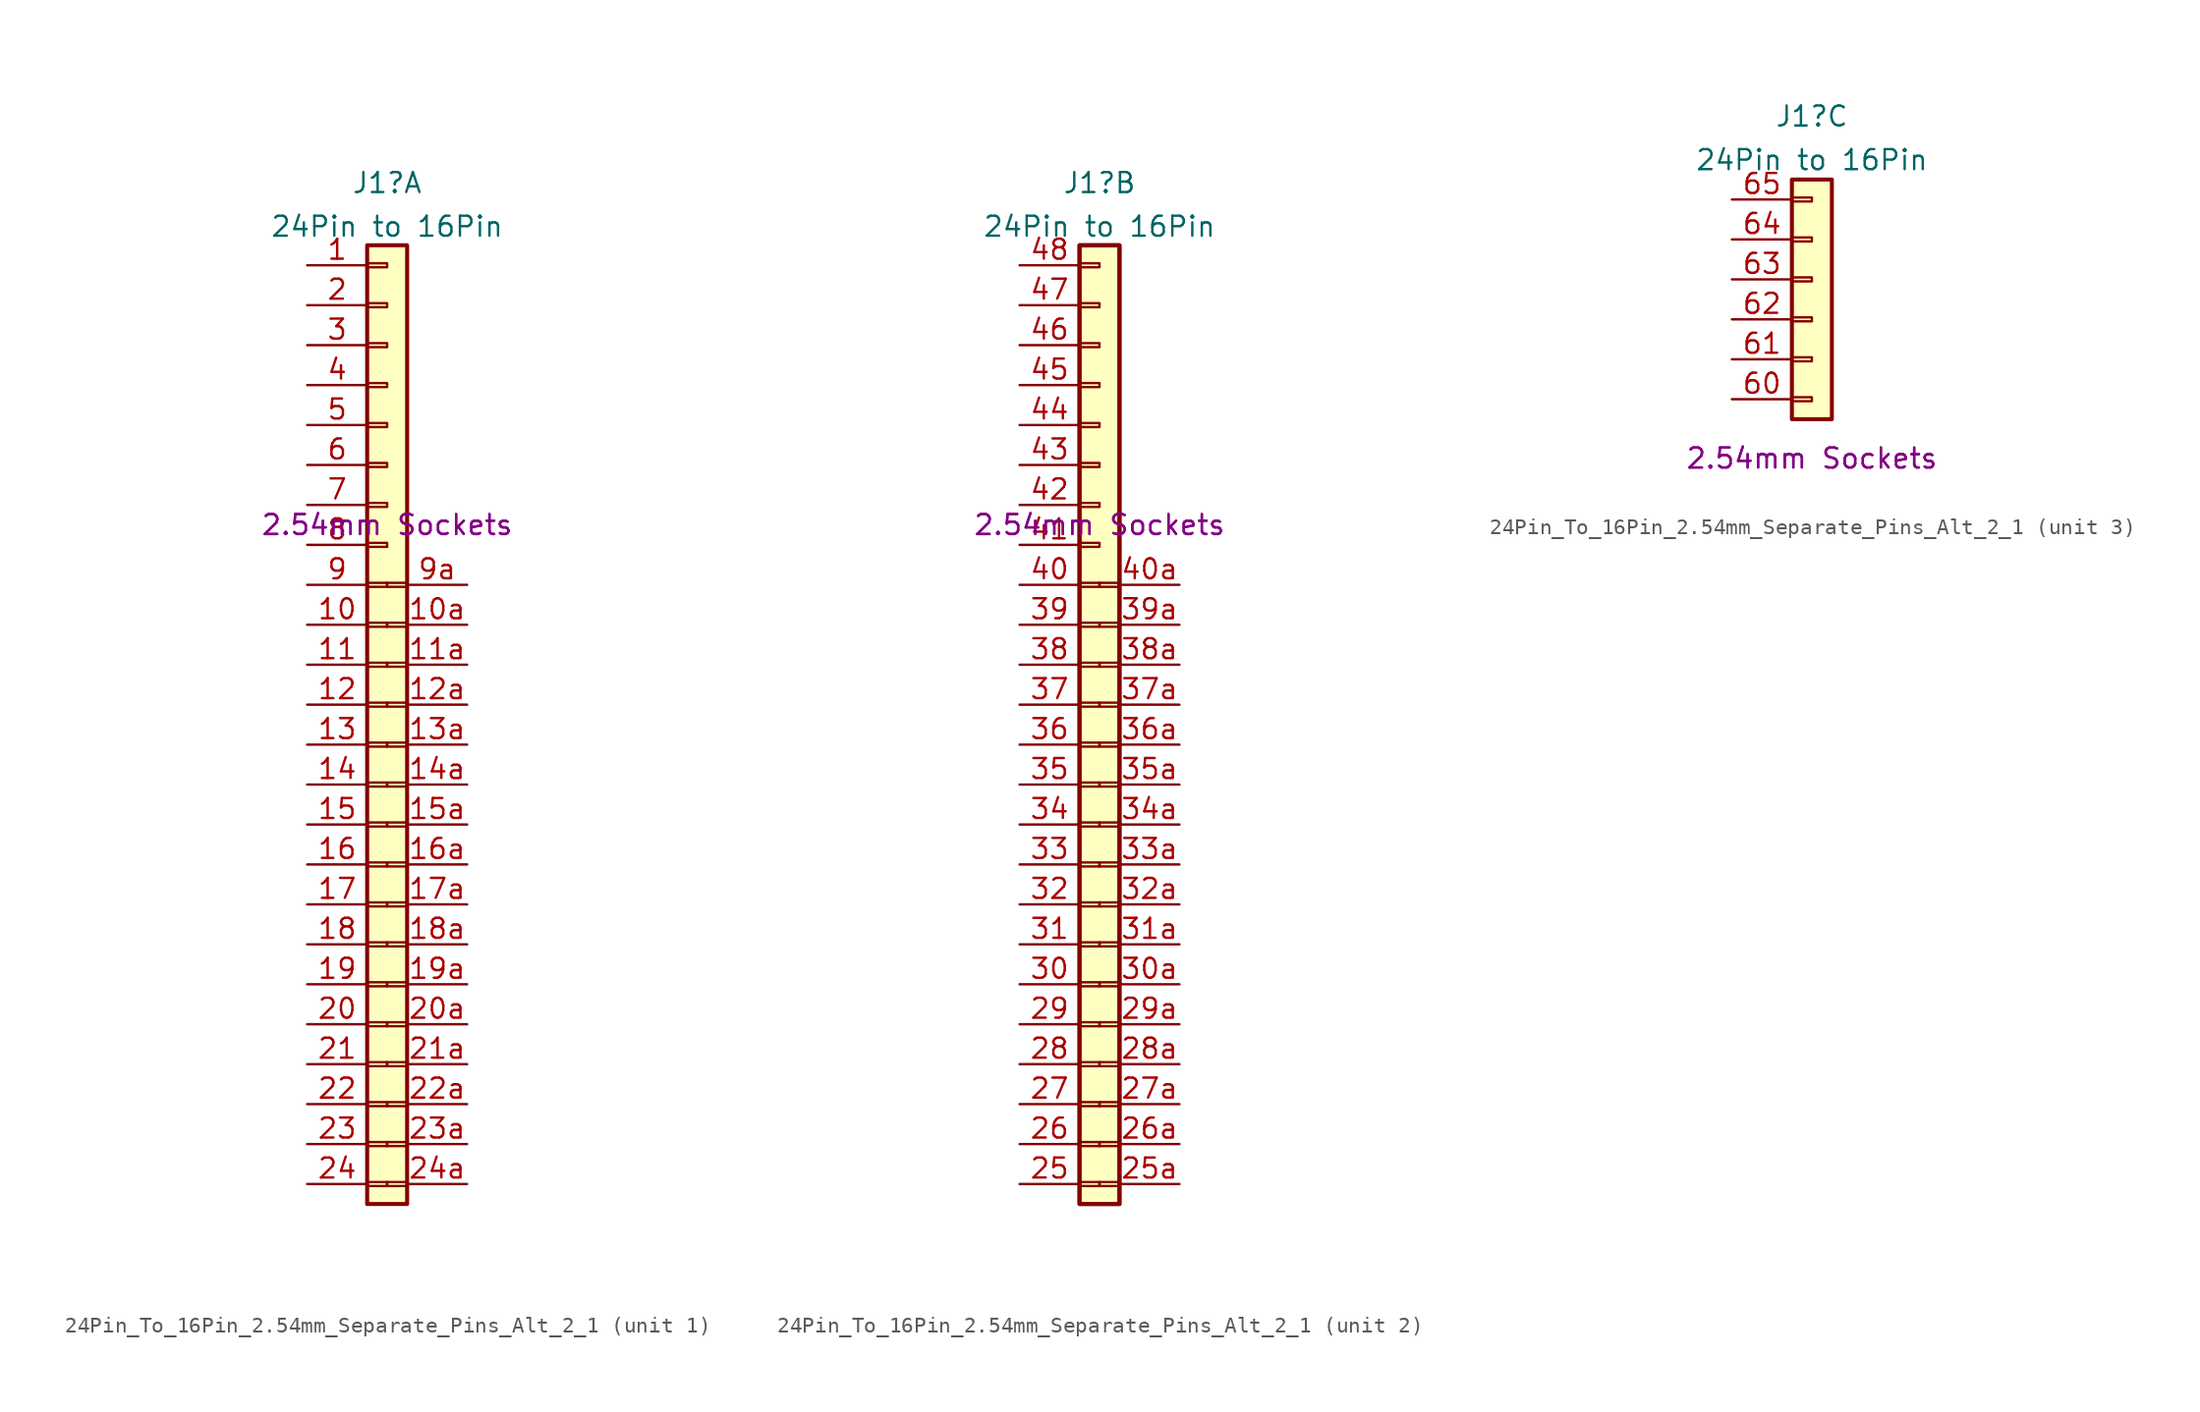
<source format=kicad_sym>
(kicad_symbol_lib
  (version 20211014)
  (generator kicad_symbol_editor)
  (symbol "24Pin_To_16Pin_2.54mm_Separate_Pins_Alt_2_1"
    (property "Reference" "J1"
      (at 0 3.966 0)
      (effects (font (size 1.27 1.27))))
    (property "Value" "24Pin to 16Pin"
      (at 0 1.191 0)
      (effects (font (size 1.27 1.27))))
    (property "Inner Header Types" "2.54mm Sockets"
      (at 0 -17.78 0)
      (effects (font (size 1.27 1.27))))
    (property "Outer Header Types" "2.54mm Sockets"
      (at 0 -17.78 0)
      (effects (font (size 1.27 1.27))))
    (property "ki_locked" ""
      (at 0 0 0)
      (effects (font (size 1.27 1.27))))
    (symbol "24Pin_To_16Pin_2.54mm_Separate_Pins_Alt_2_1_1_1"
      (rectangle (start -1.27 -59.563) (end 0 -59.817) (stroke (width 0.152) (type default) (color 0 0 0 0)) (fill (type none)))
      (rectangle (start -1.27 -57.023) (end 0 -57.277) (stroke (width 0.152) (type default) (color 0 0 0 0)) (fill (type none)))
      (rectangle (start -1.27 -54.483) (end 0 -54.737) (stroke (width 0.152) (type default) (color 0 0 0 0)) (fill (type none)))
      (rectangle (start -1.27 -51.943) (end 0 -52.197) (stroke (width 0.152) (type default) (color 0 0 0 0)) (fill (type none)))
      (rectangle (start -1.27 -49.403) (end 0 -49.657) (stroke (width 0.152) (type default) (color 0 0 0 0)) (fill (type none)))
      (rectangle (start -1.27 -46.863) (end 0 -47.117) (stroke (width 0.152) (type default) (color 0 0 0 0)) (fill (type none)))
      (rectangle (start -1.27 -44.323) (end 0 -44.577) (stroke (width 0.152) (type default) (color 0 0 0 0)) (fill (type none)))
      (rectangle (start -1.27 -41.783) (end 0 -42.037) (stroke (width 0.152) (type default) (color 0 0 0 0)) (fill (type none)))
      (rectangle (start -1.27 -39.243) (end 0 -39.497) (stroke (width 0.152) (type default) (color 0 0 0 0)) (fill (type none)))
      (rectangle (start -1.27 -36.703) (end 0 -36.957) (stroke (width 0.152) (type default) (color 0 0 0 0)) (fill (type none)))
      (rectangle (start -1.27 -34.163) (end 0 -34.417) (stroke (width 0.152) (type default) (color 0 0 0 0)) (fill (type none)))
      (rectangle (start -1.27 -31.623) (end 0 -31.877) (stroke (width 0.152) (type default) (color 0 0 0 0)) (fill (type none)))
      (rectangle (start -1.27 -29.083) (end 0 -29.337) (stroke (width 0.152) (type default) (color 0 0 0 0)) (fill (type none)))
      (rectangle (start -1.27 -26.543) (end 0 -26.797) (stroke (width 0.152) (type default) (color 0 0 0 0)) (fill (type none)))
      (rectangle (start -1.27 -24.003) (end 0 -24.257) (stroke (width 0.152) (type default) (color 0 0 0 0)) (fill (type none)))
      (rectangle (start -1.27 -21.463) (end 0 -21.717) (stroke (width 0.152) (type default) (color 0 0 0 0)) (fill (type none)))
      (rectangle (start -1.27 -18.923) (end 0 -19.177) (stroke (width 0.152) (type default) (color 0 0 0 0)) (fill (type none)))
      (rectangle (start -1.27 -16.383) (end 0 -16.637) (stroke (width 0.152) (type default) (color 0 0 0 0)) (fill (type none)))
      (rectangle (start -1.27 -13.843) (end 0 -14.097) (stroke (width 0.152) (type default) (color 0 0 0 0)) (fill (type none)))
      (rectangle (start -1.27 -11.303) (end 0 -11.557) (stroke (width 0.152) (type default) (color 0 0 0 0)) (fill (type none)))
      (rectangle (start -1.27 -8.763) (end 0 -9.017) (stroke (width 0.152) (type default) (color 0 0 0 0)) (fill (type none)))
      (rectangle (start -1.27 -6.223) (end 0 -6.477) (stroke (width 0.152) (type default) (color 0 0 0 0)) (fill (type none)))
      (rectangle (start -1.27 -3.683) (end 0 -3.937) (stroke (width 0.152) (type default) (color 0 0 0 0)) (fill (type none)))
      (rectangle (start -1.27 -1.143) (end 0 -1.397) (stroke (width 0.152) (type default) (color 0 0 0 0)) (fill (type none)))
      (rectangle (start -1.27 0) (end 1.27 -60.96) (stroke (width 0.254) (type default) (color 0 0 0 0)) (fill (type background)))
      (rectangle (start 0 -59.817) (end 1.27 -59.563) (stroke (width 0.152) (type default) (color 0 0 0 0)) (fill (type none)))
      (rectangle (start 0 -57.277) (end 1.27 -57.023) (stroke (width 0.152) (type default) (color 0 0 0 0)) (fill (type none)))
      (rectangle (start 0 -54.737) (end 1.27 -54.483) (stroke (width 0.152) (type default) (color 0 0 0 0)) (fill (type none)))
      (rectangle (start 0 -52.197) (end 1.27 -51.943) (stroke (width 0.152) (type default) (color 0 0 0 0)) (fill (type none)))
      (rectangle (start 0 -49.657) (end 1.27 -49.403) (stroke (width 0.152) (type default) (color 0 0 0 0)) (fill (type none)))
      (rectangle (start 0 -47.117) (end 1.27 -46.863) (stroke (width 0.152) (type default) (color 0 0 0 0)) (fill (type none)))
      (rectangle (start 0 -44.577) (end 1.27 -44.323) (stroke (width 0.152) (type default) (color 0 0 0 0)) (fill (type none)))
      (rectangle (start 0 -42.037) (end 1.27 -41.783) (stroke (width 0.152) (type default) (color 0 0 0 0)) (fill (type none)))
      (rectangle (start 0 -39.497) (end 1.27 -39.243) (stroke (width 0.152) (type default) (color 0 0 0 0)) (fill (type none)))
      (rectangle (start 0 -36.957) (end 1.27 -36.703) (stroke (width 0.152) (type default) (color 0 0 0 0)) (fill (type none)))
      (rectangle (start 0 -34.417) (end 1.27 -34.163) (stroke (width 0.152) (type default) (color 0 0 0 0)) (fill (type none)))
      (rectangle (start 0 -31.877) (end 1.27 -31.623) (stroke (width 0.152) (type default) (color 0 0 0 0)) (fill (type none)))
      (rectangle (start 0 -29.337) (end 1.27 -29.083) (stroke (width 0.152) (type default) (color 0 0 0 0)) (fill (type none)))
      (rectangle (start 0 -26.797) (end 1.27 -26.543) (stroke (width 0.152) (type default) (color 0 0 0 0)) (fill (type none)))
      (rectangle (start 0 -24.257) (end 1.27 -24.003) (stroke (width 0.152) (type default) (color 0 0 0 0)) (fill (type none)))
      (rectangle (start 0 -21.717) (end 1.27 -21.463) (stroke (width 0.152) (type default) (color 0 0 0 0)) (fill (type none)))
      (pin passive line (at -5.08 -1.27 0) (length 3.81) (name "" (effects (font (size 1.27 1.27)))) (number "1" (effects (font (size 1.27 1.27)))))
      (pin passive line (at -5.08 -24.13 0) (length 3.81) (name "" (effects (font (size 1.27 1.27)))) (number "10" (effects (font (size 1.27 1.27)))))
      (pin passive line (at 5.08 -24.13 180) (length 3.81) (name "" (effects (font (size 1.27 1.27)))) (number "10a" (effects (font (size 1.27 1.27)))))
      (pin passive line (at -5.08 -26.67 0) (length 3.81) (name "" (effects (font (size 1.27 1.27)))) (number "11" (effects (font (size 1.27 1.27)))))
      (pin passive line (at 5.08 -26.67 180) (length 3.81) (name "" (effects (font (size 1.27 1.27)))) (number "11a" (effects (font (size 1.27 1.27)))))
      (pin passive line (at -5.08 -29.21 0) (length 3.81) (name "" (effects (font (size 1.27 1.27)))) (number "12" (effects (font (size 1.27 1.27)))))
      (pin passive line (at 5.08 -29.21 180) (length 3.81) (name "" (effects (font (size 1.27 1.27)))) (number "12a" (effects (font (size 1.27 1.27)))))
      (pin passive line (at -5.08 -31.75 0) (length 3.81) (name "" (effects (font (size 1.27 1.27)))) (number "13" (effects (font (size 1.27 1.27)))))
      (pin passive line (at 5.08 -31.75 180) (length 3.81) (name "" (effects (font (size 1.27 1.27)))) (number "13a" (effects (font (size 1.27 1.27)))))
      (pin passive line (at -5.08 -34.29 0) (length 3.81) (name "" (effects (font (size 1.27 1.27)))) (number "14" (effects (font (size 1.27 1.27)))))
      (pin passive line (at 5.08 -34.29 180) (length 3.81) (name "" (effects (font (size 1.27 1.27)))) (number "14a" (effects (font (size 1.27 1.27)))))
      (pin passive line (at -5.08 -36.83 0) (length 3.81) (name "" (effects (font (size 1.27 1.27)))) (number "15" (effects (font (size 1.27 1.27)))))
      (pin passive line (at 5.08 -36.83 180) (length 3.81) (name "" (effects (font (size 1.27 1.27)))) (number "15a" (effects (font (size 1.27 1.27)))))
      (pin passive line (at -5.08 -39.37 0) (length 3.81) (name "" (effects (font (size 1.27 1.27)))) (number "16" (effects (font (size 1.27 1.27)))))
      (pin passive line (at 5.08 -39.37 180) (length 3.81) (name "" (effects (font (size 1.27 1.27)))) (number "16a" (effects (font (size 1.27 1.27)))))
      (pin passive line (at -5.08 -41.91 0) (length 3.81) (name "" (effects (font (size 1.27 1.27)))) (number "17" (effects (font (size 1.27 1.27)))))
      (pin passive line (at 5.08 -41.91 180) (length 3.81) (name "" (effects (font (size 1.27 1.27)))) (number "17a" (effects (font (size 1.27 1.27)))))
      (pin passive line (at -5.08 -44.45 0) (length 3.81) (name "" (effects (font (size 1.27 1.27)))) (number "18" (effects (font (size 1.27 1.27)))))
      (pin passive line (at 5.08 -44.45 180) (length 3.81) (name "" (effects (font (size 1.27 1.27)))) (number "18a" (effects (font (size 1.27 1.27)))))
      (pin passive line (at -5.08 -46.99 0) (length 3.81) (name "" (effects (font (size 1.27 1.27)))) (number "19" (effects (font (size 1.27 1.27)))))
      (pin passive line (at 5.08 -46.99 180) (length 3.81) (name "" (effects (font (size 1.27 1.27)))) (number "19a" (effects (font (size 1.27 1.27)))))
      (pin passive line (at -5.08 -3.81 0) (length 3.81) (name "" (effects (font (size 1.27 1.27)))) (number "2" (effects (font (size 1.27 1.27)))))
      (pin passive line (at -5.08 -49.53 0) (length 3.81) (name "" (effects (font (size 1.27 1.27)))) (number "20" (effects (font (size 1.27 1.27)))))
      (pin passive line (at 5.08 -49.53 180) (length 3.81) (name "" (effects (font (size 1.27 1.27)))) (number "20a" (effects (font (size 1.27 1.27)))))
      (pin passive line (at -5.08 -52.07 0) (length 3.81) (name "" (effects (font (size 1.27 1.27)))) (number "21" (effects (font (size 1.27 1.27)))))
      (pin passive line (at 5.08 -52.07 180) (length 3.81) (name "" (effects (font (size 1.27 1.27)))) (number "21a" (effects (font (size 1.27 1.27)))))
      (pin passive line (at -5.08 -54.61 0) (length 3.81) (name "" (effects (font (size 1.27 1.27)))) (number "22" (effects (font (size 1.27 1.27)))))
      (pin passive line (at 5.08 -54.61 180) (length 3.81) (name "" (effects (font (size 1.27 1.27)))) (number "22a" (effects (font (size 1.27 1.27)))))
      (pin passive line (at -5.08 -57.15 0) (length 3.81) (name "" (effects (font (size 1.27 1.27)))) (number "23" (effects (font (size 1.27 1.27)))))
      (pin passive line (at 5.08 -57.15 180) (length 3.81) (name "" (effects (font (size 1.27 1.27)))) (number "23a" (effects (font (size 1.27 1.27)))))
      (pin passive line (at -5.08 -59.69 0) (length 3.81) (name "" (effects (font (size 1.27 1.27)))) (number "24" (effects (font (size 1.27 1.27)))))
      (pin passive line (at 5.08 -59.69 180) (length 3.81) (name "" (effects (font (size 1.27 1.27)))) (number "24a" (effects (font (size 1.27 1.27)))))
      (pin passive line (at -5.08 -6.35 0) (length 3.81) (name "" (effects (font (size 1.27 1.27)))) (number "3" (effects (font (size 1.27 1.27)))))
      (pin passive line (at -5.08 -8.89 0) (length 3.81) (name "" (effects (font (size 1.27 1.27)))) (number "4" (effects (font (size 1.27 1.27)))))
      (pin passive line (at -5.08 -11.43 0) (length 3.81) (name "" (effects (font (size 1.27 1.27)))) (number "5" (effects (font (size 1.27 1.27)))))
      (pin passive line (at -5.08 -13.97 0) (length 3.81) (name "" (effects (font (size 1.27 1.27)))) (number "6" (effects (font (size 1.27 1.27)))))
      (pin passive line (at -5.08 -16.51 0) (length 3.81) (name "" (effects (font (size 1.27 1.27)))) (number "7" (effects (font (size 1.27 1.27)))))
      (pin passive line (at -5.08 -19.05 0) (length 3.81) (name "" (effects (font (size 1.27 1.27)))) (number "8" (effects (font (size 1.27 1.27)))))
      (pin passive line (at -5.08 -21.59 0) (length 3.81) (name "" (effects (font (size 1.27 1.27)))) (number "9" (effects (font (size 1.27 1.27)))))
      (pin passive line (at 5.08 -21.59 180) (length 3.81) (name "" (effects (font (size 1.27 1.27)))) (number "9a" (effects (font (size 1.27 1.27))))))
    (symbol "24Pin_To_16Pin_2.54mm_Separate_Pins_Alt_2_1_2_1"
      (rectangle (start -1.27 -60.96) (end 1.27 0) (stroke (width 0.254) (type default) (color 0 0 0 0)) (fill (type background)))
      (rectangle (start -1.27 -59.563) (end 0 -59.817) (stroke (width 0.152) (type default) (color 0 0 0 0)) (fill (type none)))
      (rectangle (start -1.27 -57.023) (end 0 -57.277) (stroke (width 0.152) (type default) (color 0 0 0 0)) (fill (type none)))
      (rectangle (start -1.27 -54.483) (end 0 -54.737) (stroke (width 0.152) (type default) (color 0 0 0 0)) (fill (type none)))
      (rectangle (start -1.27 -51.943) (end 0 -52.197) (stroke (width 0.152) (type default) (color 0 0 0 0)) (fill (type none)))
      (rectangle (start -1.27 -49.403) (end 0 -49.657) (stroke (width 0.152) (type default) (color 0 0 0 0)) (fill (type none)))
      (rectangle (start -1.27 -46.863) (end 0 -47.117) (stroke (width 0.152) (type default) (color 0 0 0 0)) (fill (type none)))
      (rectangle (start -1.27 -44.323) (end 0 -44.577) (stroke (width 0.152) (type default) (color 0 0 0 0)) (fill (type none)))
      (rectangle (start -1.27 -41.783) (end 0 -42.037) (stroke (width 0.152) (type default) (color 0 0 0 0)) (fill (type none)))
      (rectangle (start -1.27 -39.243) (end 0 -39.497) (stroke (width 0.152) (type default) (color 0 0 0 0)) (fill (type none)))
      (rectangle (start -1.27 -36.703) (end 0 -36.957) (stroke (width 0.152) (type default) (color 0 0 0 0)) (fill (type none)))
      (rectangle (start -1.27 -34.163) (end 0 -34.417) (stroke (width 0.152) (type default) (color 0 0 0 0)) (fill (type none)))
      (rectangle (start -1.27 -31.623) (end 0 -31.877) (stroke (width 0.152) (type default) (color 0 0 0 0)) (fill (type none)))
      (rectangle (start -1.27 -29.083) (end 0 -29.337) (stroke (width 0.152) (type default) (color 0 0 0 0)) (fill (type none)))
      (rectangle (start -1.27 -26.543) (end 0 -26.797) (stroke (width 0.152) (type default) (color 0 0 0 0)) (fill (type none)))
      (rectangle (start -1.27 -24.003) (end 0 -24.257) (stroke (width 0.152) (type default) (color 0 0 0 0)) (fill (type none)))
      (rectangle (start -1.27 -21.463) (end 0 -21.717) (stroke (width 0.152) (type default) (color 0 0 0 0)) (fill (type none)))
      (rectangle (start -1.27 -18.923) (end 0 -19.177) (stroke (width 0.152) (type default) (color 0 0 0 0)) (fill (type none)))
      (rectangle (start -1.27 -16.383) (end 0 -16.637) (stroke (width 0.152) (type default) (color 0 0 0 0)) (fill (type none)))
      (rectangle (start -1.27 -13.843) (end 0 -14.097) (stroke (width 0.152) (type default) (color 0 0 0 0)) (fill (type none)))
      (rectangle (start -1.27 -11.303) (end 0 -11.557) (stroke (width 0.152) (type default) (color 0 0 0 0)) (fill (type none)))
      (rectangle (start -1.27 -8.763) (end 0 -9.017) (stroke (width 0.152) (type default) (color 0 0 0 0)) (fill (type none)))
      (rectangle (start -1.27 -6.223) (end 0 -6.477) (stroke (width 0.152) (type default) (color 0 0 0 0)) (fill (type none)))
      (rectangle (start -1.27 -3.683) (end 0 -3.937) (stroke (width 0.152) (type default) (color 0 0 0 0)) (fill (type none)))
      (rectangle (start -1.27 -1.143) (end 0 -1.397) (stroke (width 0.152) (type default) (color 0 0 0 0)) (fill (type none)))
      (rectangle (start -1.27 0) (end 1.27 -60.96) (stroke (width 0.254) (type default) (color 0 0 0 0)) (fill (type background)))
      (rectangle (start 0 -59.817) (end 1.27 -59.563) (stroke (width 0.152) (type default) (color 0 0 0 0)) (fill (type none)))
      (rectangle (start 0 -57.277) (end 1.27 -57.023) (stroke (width 0.152) (type default) (color 0 0 0 0)) (fill (type none)))
      (rectangle (start 0 -54.737) (end 1.27 -54.483) (stroke (width 0.152) (type default) (color 0 0 0 0)) (fill (type none)))
      (rectangle (start 0 -52.197) (end 1.27 -51.943) (stroke (width 0.152) (type default) (color 0 0 0 0)) (fill (type none)))
      (rectangle (start 0 -49.657) (end 1.27 -49.403) (stroke (width 0.152) (type default) (color 0 0 0 0)) (fill (type none)))
      (rectangle (start 0 -47.117) (end 1.27 -46.863) (stroke (width 0.152) (type default) (color 0 0 0 0)) (fill (type none)))
      (rectangle (start 0 -44.577) (end 1.27 -44.323) (stroke (width 0.152) (type default) (color 0 0 0 0)) (fill (type none)))
      (rectangle (start 0 -42.037) (end 1.27 -41.783) (stroke (width 0.152) (type default) (color 0 0 0 0)) (fill (type none)))
      (rectangle (start 0 -39.497) (end 1.27 -39.243) (stroke (width 0.152) (type default) (color 0 0 0 0)) (fill (type none)))
      (rectangle (start 0 -36.957) (end 1.27 -36.703) (stroke (width 0.152) (type default) (color 0 0 0 0)) (fill (type none)))
      (rectangle (start 0 -34.417) (end 1.27 -34.163) (stroke (width 0.152) (type default) (color 0 0 0 0)) (fill (type none)))
      (rectangle (start 0 -31.877) (end 1.27 -31.623) (stroke (width 0.152) (type default) (color 0 0 0 0)) (fill (type none)))
      (rectangle (start 0 -29.337) (end 1.27 -29.083) (stroke (width 0.152) (type default) (color 0 0 0 0)) (fill (type none)))
      (rectangle (start 0 -26.797) (end 1.27 -26.543) (stroke (width 0.152) (type default) (color 0 0 0 0)) (fill (type none)))
      (rectangle (start 0 -24.257) (end 1.27 -24.003) (stroke (width 0.152) (type default) (color 0 0 0 0)) (fill (type none)))
      (rectangle (start 0 -21.717) (end 1.27 -21.463) (stroke (width 0.152) (type default) (color 0 0 0 0)) (fill (type none)))
      (pin passive line (at -5.08 -59.69 0) (length 3.81) (name "" (effects (font (size 1.27 1.27)))) (number "25" (effects (font (size 1.27 1.27)))))
      (pin passive line (at 5.08 -59.69 180) (length 3.81) (name "" (effects (font (size 1.27 1.27)))) (number "25a" (effects (font (size 1.27 1.27)))))
      (pin passive line (at -5.08 -57.15 0) (length 3.81) (name "" (effects (font (size 1.27 1.27)))) (number "26" (effects (font (size 1.27 1.27)))))
      (pin passive line (at 5.08 -57.15 180) (length 3.81) (name "" (effects (font (size 1.27 1.27)))) (number "26a" (effects (font (size 1.27 1.27)))))
      (pin passive line (at -5.08 -54.61 0) (length 3.81) (name "" (effects (font (size 1.27 1.27)))) (number "27" (effects (font (size 1.27 1.27)))))
      (pin passive line (at 5.08 -54.61 180) (length 3.81) (name "" (effects (font (size 1.27 1.27)))) (number "27a" (effects (font (size 1.27 1.27)))))
      (pin passive line (at -5.08 -52.07 0) (length 3.81) (name "" (effects (font (size 1.27 1.27)))) (number "28" (effects (font (size 1.27 1.27)))))
      (pin passive line (at 5.08 -52.07 180) (length 3.81) (name "" (effects (font (size 1.27 1.27)))) (number "28a" (effects (font (size 1.27 1.27)))))
      (pin passive line (at -5.08 -49.53 0) (length 3.81) (name "" (effects (font (size 1.27 1.27)))) (number "29" (effects (font (size 1.27 1.27)))))
      (pin passive line (at 5.08 -49.53 180) (length 3.81) (name "" (effects (font (size 1.27 1.27)))) (number "29a" (effects (font (size 1.27 1.27)))))
      (pin passive line (at -5.08 -46.99 0) (length 3.81) (name "" (effects (font (size 1.27 1.27)))) (number "30" (effects (font (size 1.27 1.27)))))
      (pin passive line (at 5.08 -46.99 180) (length 3.81) (name "" (effects (font (size 1.27 1.27)))) (number "30a" (effects (font (size 1.27 1.27)))))
      (pin passive line (at -5.08 -44.45 0) (length 3.81) (name "" (effects (font (size 1.27 1.27)))) (number "31" (effects (font (size 1.27 1.27)))))
      (pin passive line (at 5.08 -44.45 180) (length 3.81) (name "" (effects (font (size 1.27 1.27)))) (number "31a" (effects (font (size 1.27 1.27)))))
      (pin passive line (at -5.08 -41.91 0) (length 3.81) (name "" (effects (font (size 1.27 1.27)))) (number "32" (effects (font (size 1.27 1.27)))))
      (pin passive line (at 5.08 -41.91 180) (length 3.81) (name "" (effects (font (size 1.27 1.27)))) (number "32a" (effects (font (size 1.27 1.27)))))
      (pin passive line (at -5.08 -39.37 0) (length 3.81) (name "" (effects (font (size 1.27 1.27)))) (number "33" (effects (font (size 1.27 1.27)))))
      (pin passive line (at 5.08 -39.37 180) (length 3.81) (name "" (effects (font (size 1.27 1.27)))) (number "33a" (effects (font (size 1.27 1.27)))))
      (pin passive line (at -5.08 -36.83 0) (length 3.81) (name "" (effects (font (size 1.27 1.27)))) (number "34" (effects (font (size 1.27 1.27)))))
      (pin passive line (at 5.08 -36.83 180) (length 3.81) (name "" (effects (font (size 1.27 1.27)))) (number "34a" (effects (font (size 1.27 1.27)))))
      (pin passive line (at -5.08 -34.29 0) (length 3.81) (name "" (effects (font (size 1.27 1.27)))) (number "35" (effects (font (size 1.27 1.27)))))
      (pin passive line (at 5.08 -34.29 180) (length 3.81) (name "" (effects (font (size 1.27 1.27)))) (number "35a" (effects (font (size 1.27 1.27)))))
      (pin passive line (at -5.08 -31.75 0) (length 3.81) (name "" (effects (font (size 1.27 1.27)))) (number "36" (effects (font (size 1.27 1.27)))))
      (pin passive line (at 5.08 -31.75 180) (length 3.81) (name "" (effects (font (size 1.27 1.27)))) (number "36a" (effects (font (size 1.27 1.27)))))
      (pin passive line (at -5.08 -29.21 0) (length 3.81) (name "" (effects (font (size 1.27 1.27)))) (number "37" (effects (font (size 1.27 1.27)))))
      (pin passive line (at 5.08 -29.21 180) (length 3.81) (name "" (effects (font (size 1.27 1.27)))) (number "37a" (effects (font (size 1.27 1.27)))))
      (pin passive line (at -5.08 -26.67 0) (length 3.81) (name "" (effects (font (size 1.27 1.27)))) (number "38" (effects (font (size 1.27 1.27)))))
      (pin passive line (at 5.08 -26.67 180) (length 3.81) (name "" (effects (font (size 1.27 1.27)))) (number "38a" (effects (font (size 1.27 1.27)))))
      (pin passive line (at -5.08 -24.13 0) (length 3.81) (name "" (effects (font (size 1.27 1.27)))) (number "39" (effects (font (size 1.27 1.27)))))
      (pin passive line (at 5.08 -24.13 180) (length 3.81) (name "" (effects (font (size 1.27 1.27)))) (number "39a" (effects (font (size 1.27 1.27)))))
      (pin passive line (at -5.08 -21.59 0) (length 3.81) (name "" (effects (font (size 1.27 1.27)))) (number "40" (effects (font (size 1.27 1.27)))))
      (pin passive line (at 5.08 -21.59 180) (length 3.81) (name "" (effects (font (size 1.27 1.27)))) (number "40a" (effects (font (size 1.27 1.27)))))
      (pin passive line (at -5.08 -19.05 0) (length 3.81) (name "" (effects (font (size 1.27 1.27)))) (number "41" (effects (font (size 1.27 1.27)))))
      (pin passive line (at -5.08 -16.51 0) (length 3.81) (name "" (effects (font (size 1.27 1.27)))) (number "42" (effects (font (size 1.27 1.27)))))
      (pin passive line (at -5.08 -13.97 0) (length 3.81) (name "" (effects (font (size 1.27 1.27)))) (number "43" (effects (font (size 1.27 1.27)))))
      (pin passive line (at -5.08 -11.43 0) (length 3.81) (name "" (effects (font (size 1.27 1.27)))) (number "44" (effects (font (size 1.27 1.27)))))
      (pin passive line (at -5.08 -8.89 0) (length 3.81) (name "" (effects (font (size 1.27 1.27)))) (number "45" (effects (font (size 1.27 1.27)))))
      (pin passive line (at -5.08 -6.35 0) (length 3.81) (name "" (effects (font (size 1.27 1.27)))) (number "46" (effects (font (size 1.27 1.27)))))
      (pin passive line (at -5.08 -3.81 0) (length 3.81) (name "" (effects (font (size 1.27 1.27)))) (number "47" (effects (font (size 1.27 1.27)))))
      (pin passive line (at -5.08 -1.27 0) (length 3.81) (name "" (effects (font (size 1.27 1.27)))) (number "48" (effects (font (size 1.27 1.27))))))
    (symbol "24Pin_To_16Pin_2.54mm_Separate_Pins_Alt_2_1_3_1"
      (rectangle (start -1.27 -13.894) (end 0 -14.148) (stroke (width 0.152) (type default) (color 0 0 0 0)) (fill (type none)))
      (rectangle (start -1.27 -11.354) (end 0 -11.608) (stroke (width 0.152) (type default) (color 0 0 0 0)) (fill (type none)))
      (rectangle (start -1.27 -8.814) (end 0 -9.068) (stroke (width 0.152) (type default) (color 0 0 0 0)) (fill (type none)))
      (rectangle (start -1.27 -6.274) (end 0 -6.528) (stroke (width 0.152) (type default) (color 0 0 0 0)) (fill (type none)))
      (rectangle (start -1.27 -3.734) (end 0 -3.988) (stroke (width 0.152) (type default) (color 0 0 0 0)) (fill (type none)))
      (rectangle (start -1.27 -1.194) (end 0 -1.448) (stroke (width 0.152) (type default) (color 0 0 0 0)) (fill (type none)))
      (rectangle (start -1.27 -0.051) (end 1.27 -15.291) (stroke (width 0.254) (type default) (color 0 0 0 0)) (fill (type background)))
      (pin passive line (at -5.08 -14.021 0) (length 3.81) (name "" (effects (font (size 1.27 1.27)))) (number "60" (effects (font (size 1.27 1.27)))))
      (pin passive line (at -5.08 -11.481 0) (length 3.81) (name "" (effects (font (size 1.27 1.27)))) (number "61" (effects (font (size 1.27 1.27)))))
      (pin passive line (at -5.08 -8.941 0) (length 3.81) (name "" (effects (font (size 1.27 1.27)))) (number "62" (effects (font (size 1.27 1.27)))))
      (pin passive line (at -5.08 -6.401 0) (length 3.81) (name "" (effects (font (size 1.27 1.27)))) (number "63" (effects (font (size 1.27 1.27)))))
      (pin passive line (at -5.08 -3.861 0) (length 3.81) (name "" (effects (font (size 1.27 1.27)))) (number "64" (effects (font (size 1.27 1.27)))))
      (pin passive line (at -5.08 -1.321 0) (length 3.81) (name "" (effects (font (size 1.27 1.27)))) (number "65" (effects (font (size 1.27 1.27))))))))
</source>
